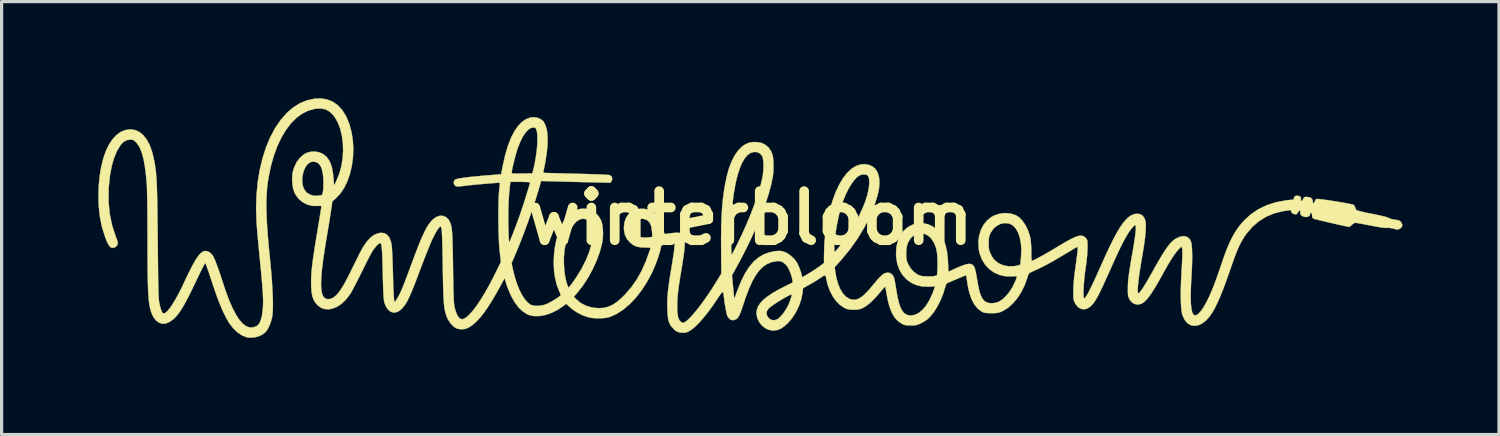
<source format=kicad_pcb>
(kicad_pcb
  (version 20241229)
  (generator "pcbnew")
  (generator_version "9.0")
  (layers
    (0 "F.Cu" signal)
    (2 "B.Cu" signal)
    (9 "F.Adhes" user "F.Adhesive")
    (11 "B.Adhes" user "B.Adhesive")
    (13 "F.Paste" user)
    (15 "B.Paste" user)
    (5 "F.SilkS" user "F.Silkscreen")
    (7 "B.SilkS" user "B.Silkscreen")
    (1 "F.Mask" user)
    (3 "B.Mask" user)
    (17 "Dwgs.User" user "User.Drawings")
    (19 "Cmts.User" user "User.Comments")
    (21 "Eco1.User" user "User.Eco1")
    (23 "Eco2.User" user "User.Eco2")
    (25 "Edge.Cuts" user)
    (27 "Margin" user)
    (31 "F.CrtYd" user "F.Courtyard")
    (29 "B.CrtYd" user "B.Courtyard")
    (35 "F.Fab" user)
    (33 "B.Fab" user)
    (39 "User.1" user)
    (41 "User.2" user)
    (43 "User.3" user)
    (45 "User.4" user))
  (footprint "winterbloom"
    (layer "F.Cu")
    (at 20.24 3.717)
    (property "Reference" "winterbloom" (at 0 0 0) (layer "F.SilkS") (effects (font (size 1.524 1.524) (thickness 0.3))))
    (attr through_hole)
    (fp_poly (pts (xy -13.139 -3.681) (xy -12.966 -3.612) (xy -12.811 -3.504) (xy -12.675 -3.36) (xy -12.559 -3.18) (xy -12.532 -3.126) (xy -12.441 -2.899) (xy -12.377 -2.655) (xy -12.338 -2.4) (xy -12.324 -2.139) (xy -12.335 -1.878) (xy -12.369 -1.622) (xy -12.427 -1.376) (xy -12.506 -1.146) (xy -12.607 -0.938) (xy -12.728 -0.757) (xy -12.865 -0.613) (xy -12.974 -0.518) (xy -13.016 -0.232) (xy -13.031 -0.135) (xy -13.051 -0.005) (xy -13.076 0.15) (xy -13.104 0.32) (xy -13.133 0.497) (xy -13.163 0.674) (xy -13.165 0.684) (xy -13.219 1.021) (xy -13.263 1.319) (xy -13.295 1.579) (xy -13.315 1.804) (xy -13.325 1.994) (xy -13.322 2.153) (xy -13.308 2.28) (xy -13.283 2.378) (xy -13.246 2.45) (xy -13.197 2.495) (xy -13.136 2.516) (xy -13.104 2.518) (xy -13.025 2.508) (xy -12.948 2.474) (xy -12.87 2.414) (xy -12.789 2.327) (xy -12.704 2.209) (xy -12.612 2.058) (xy -12.511 1.871) (xy -12.421 1.693) (xy -12.354 1.556) (xy -12.288 1.421) (xy -12.226 1.296) (xy -12.173 1.19) (xy -12.134 1.11) (xy -12.125 1.092) (xy -12.012 0.887) (xy -11.897 0.723) (xy -11.781 0.6) (xy -11.661 0.515) (xy -11.537 0.469) (xy -11.459 0.459) (xy -11.355 0.472) (xy -11.27 0.523) (xy -11.204 0.61) (xy -11.156 0.735) (xy -11.135 0.836) (xy -11.129 0.892) (xy -11.122 0.984) (xy -11.116 1.107) (xy -11.109 1.254) (xy -11.103 1.419) (xy -11.097 1.596) (xy -11.093 1.746) (xy -11.089 1.924) (xy -11.083 2.09) (xy -11.077 2.238) (xy -11.071 2.365) (xy -11.065 2.465) (xy -11.06 2.532) (xy -11.055 2.56) (xy -11.034 2.613) (xy -10.981 2.529) (xy -10.944 2.469) (xy -10.91 2.408) (xy -10.876 2.342) (xy -10.841 2.266) (xy -10.802 2.175) (xy -10.757 2.065) (xy -10.705 1.93) (xy -10.643 1.767) (xy -10.57 1.57) (xy -10.542 1.492) (xy -10.441 1.222) (xy -10.352 0.988) (xy -10.273 0.788) (xy -10.202 0.619) (xy -10.137 0.476) (xy -10.078 0.357) (xy -10.023 0.259) (xy -9.969 0.177) (xy -9.916 0.11) (xy -9.862 0.052) (xy -9.843 0.035) (xy -9.741 -0.036) (xy -9.636 -0.07) (xy -9.535 -0.066) (xy -9.444 -0.027) (xy -9.369 0.047) (xy -9.343 0.089) (xy -9.323 0.131) (xy -9.305 0.174) (xy -9.291 0.222) (xy -9.278 0.279) (xy -9.268 0.349) (xy -9.259 0.434) (xy -9.252 0.54) (xy -9.247 0.668) (xy -9.242 0.824) (xy -9.237 1.011) (xy -9.233 1.233) (xy -9.229 1.493) (xy -9.229 1.524) (xy -9.225 1.785) (xy -9.221 2.006) (xy -9.217 2.193) (xy -9.213 2.347) (xy -9.208 2.473) (xy -9.203 2.573) (xy -9.197 2.652) (xy -9.191 2.713) (xy -9.184 2.759) (xy -9.18 2.775) (xy -9.137 2.922) (xy -9.087 3.034) (xy -9.03 3.107) (xy -8.967 3.14) (xy -8.904 3.134) (xy -8.82 3.085) (xy -8.723 2.999) (xy -8.615 2.878) (xy -8.498 2.724) (xy -8.374 2.541) (xy -8.245 2.33) (xy -8.111 2.094) (xy -7.975 1.836) (xy -7.932 1.748) (xy -7.742 1.365) (xy -7.782 1.016) (xy -7.794 0.881) (xy -7.804 0.714) (xy -7.812 0.523) (xy -7.817 0.317) (xy -7.82 0.102) (xy -7.821 -0.021) (xy -7.514 -0.021) (xy -7.513 0.137) (xy -7.511 0.287) (xy -7.507 0.426) (xy -7.503 0.548) (xy -7.497 0.646) (xy -7.491 0.717) (xy -7.485 0.753) (xy -7.481 0.757) (xy -7.472 0.736) (xy -7.45 0.684) (xy -7.419 0.609) (xy -7.387 0.529) (xy -7.276 0.241) (xy -7.166 -0.059) (xy -7.065 -0.354) (xy -6.978 -0.628) (xy -6.976 -0.635) (xy -6.941 -0.751) (xy -6.908 -0.857) (xy -6.881 -0.945) (xy -6.863 -1.005) (xy -6.857 -1.024) (xy -6.842 -1.074) (xy -6.837 -1.104) (xy -6.857 -1.11) (xy -6.912 -1.116) (xy -6.994 -1.12) (xy -7.096 -1.122) (xy -7.142 -1.122) (xy -7.448 -1.122) (xy -7.46 -1.032) (xy -7.486 -0.783) (xy -7.504 -0.514) (xy -7.513 -0.217) (xy -7.514 -0.021) (xy -7.821 -0.021) (xy -7.821 -0.113) (xy -7.82 -0.321) (xy -7.816 -0.513) (xy -7.809 -0.683) (xy -7.8 -0.822) (xy -7.794 -0.878) (xy -7.785 -0.967) (xy -7.778 -1.038) (xy -7.775 -1.083) (xy -7.775 -1.094) (xy -7.798 -1.095) (xy -7.856 -1.092) (xy -7.944 -1.086) (xy -8.053 -1.078) (xy -8.178 -1.068) (xy -8.312 -1.056) (xy -8.447 -1.044) (xy -8.579 -1.032) (xy -8.699 -1.019) (xy -8.802 -1.008) (xy -8.843 -1.003) (xy -8.957 -0.989) (xy -9.037 -0.981) (xy -9.09 -0.979) (xy -9.124 -0.982) (xy -9.146 -0.991) (xy -9.166 -1.006) (xy -9.166 -1.006) (xy -9.201 -1.061) (xy -9.205 -1.123) (xy -9.179 -1.178) (xy -9.16 -1.194) (xy -9.113 -1.211) (xy -9.027 -1.23) (xy -8.903 -1.249) (xy -8.745 -1.269) (xy -8.555 -1.289) (xy -8.336 -1.309) (xy -8.161 -1.324) (xy -8.032 -1.334) (xy -7.919 -1.343) (xy -7.828 -1.351) (xy -7.765 -1.357) (xy -7.737 -1.36) (xy -7.736 -1.361) (xy -7.731 -1.382) (xy -7.726 -1.41) (xy -7.408 -1.41) (xy -7.404 -1.396) (xy -7.389 -1.387) (xy -7.355 -1.381) (xy -7.298 -1.379) (xy -7.21 -1.379) (xy -7.087 -1.381) (xy -6.765 -1.386) (xy -6.738 -1.492) (xy -6.697 -1.672) (xy -6.663 -1.86) (xy -6.636 -2.049) (xy -6.618 -2.231) (xy -6.609 -2.399) (xy -6.61 -2.545) (xy -6.621 -2.661) (xy -6.629 -2.699) (xy -6.648 -2.762) (xy -6.669 -2.795) (xy -6.7 -2.808) (xy -6.72 -2.81) (xy -6.805 -2.797) (xy -6.891 -2.744) (xy -6.977 -2.653) (xy -7.061 -2.527) (xy -7.142 -2.367) (xy -7.218 -2.176) (xy -7.234 -2.127) (xy -7.261 -2.041) (xy -7.291 -1.935) (xy -7.321 -1.819) (xy -7.35 -1.702) (xy -7.376 -1.592) (xy -7.395 -1.5) (xy -7.406 -1.433) (xy -7.408 -1.41) (xy -7.726 -1.41) (xy -7.72 -1.437) (xy -7.704 -1.519) (xy -7.684 -1.619) (xy -7.677 -1.655) (xy -7.608 -1.961) (xy -7.527 -2.234) (xy -7.435 -2.474) (xy -7.332 -2.678) (xy -7.219 -2.846) (xy -7.096 -2.976) (xy -6.966 -3.067) (xy -6.827 -3.119) (xy -6.72 -3.131) (xy -6.617 -3.116) (xy -6.517 -3.074) (xy -6.437 -3.014) (xy -6.416 -2.988) (xy -6.354 -2.867) (xy -6.312 -2.71) (xy -6.293 -2.519) (xy -6.295 -2.294) (xy -6.318 -2.036) (xy -6.363 -1.746) (xy -6.39 -1.607) (xy -6.407 -1.522) (xy -6.42 -1.453) (xy -6.426 -1.412) (xy -6.427 -1.403) (xy -6.405 -1.402) (xy -6.346 -1.399) (xy -6.252 -1.396) (xy -6.129 -1.393) (xy -5.979 -1.389) (xy -5.808 -1.384) (xy -5.62 -1.379) (xy -5.419 -1.374) (xy -5.215 -1.369) (xy -5.023 -1.364) (xy -4.848 -1.358) (xy -4.693 -1.352) (xy -4.563 -1.346) (xy -4.462 -1.341) (xy -4.395 -1.336) (xy -4.366 -1.332) (xy -4.309 -1.291) (xy -4.286 -1.232) (xy -4.299 -1.166) (xy -4.307 -1.151) (xy -4.344 -1.095) (xy -4.918 -1.108) (xy -5.108 -1.113) (xy -5.317 -1.118) (xy -5.532 -1.124) (xy -5.739 -1.129) (xy -5.924 -1.134) (xy -5.994 -1.136) (xy -6.495 -1.149) (xy -6.539 -0.993) (xy -6.648 -0.63) (xy -6.774 -0.246) (xy -6.91 0.146) (xy -7.053 0.531) (xy -7.197 0.895) (xy -7.264 1.055) (xy -7.411 1.401) (xy -7.366 1.614) (xy -7.308 1.845) (xy -7.239 2.057) (xy -7.16 2.248) (xy -7.074 2.412) (xy -6.982 2.545) (xy -6.888 2.643) (xy -6.806 2.697) (xy -6.712 2.723) (xy -6.593 2.728) (xy -6.464 2.712) (xy -6.366 2.686) (xy -6.304 2.66) (xy -6.226 2.621) (xy -6.14 2.573) (xy -6.056 2.523) (xy -5.98 2.474) (xy -5.922 2.432) (xy -5.889 2.402) (xy -5.884 2.393) (xy -5.893 2.366) (xy -5.914 2.313) (xy -5.937 2.261) (xy -6.011 2.064) (xy -6.063 1.848) (xy -6.093 1.62) (xy -6.101 1.432) (xy -5.787 1.432) (xy -5.773 1.641) (xy -5.745 1.837) (xy -5.703 2.008) (xy -5.677 2.083) (xy -5.645 2.165) (xy -5.584 2.093) (xy -5.546 2.044) (xy -5.493 1.971) (xy -5.434 1.887) (xy -5.404 1.843) (xy -5.241 1.577) (xy -5.106 1.313) (xy -5.002 1.056) (xy -4.93 0.809) (xy -4.891 0.577) (xy -4.885 0.45) (xy -4.897 0.296) (xy -4.933 0.177) (xy -4.993 0.092) (xy -5.078 0.04) (xy -5.189 0.021) (xy -5.197 0.021) (xy -5.295 0.042) (xy -5.39 0.102) (xy -5.48 0.199) (xy -5.563 0.331) (xy -5.638 0.494) (xy -5.703 0.686) (xy -5.74 0.832) (xy -5.771 1.017) (xy -5.787 1.221) (xy -5.787 1.432) (xy -6.101 1.432) (xy -6.104 1.383) (xy -6.094 1.144) (xy -6.067 0.907) (xy -6.021 0.678) (xy -5.959 0.462) (xy -5.881 0.265) (xy -5.788 0.091) (xy -5.681 -0.055) (xy -5.56 -0.166) (xy -5.53 -0.187) (xy -5.383 -0.258) (xy -5.233 -0.291) (xy -5.086 -0.286) (xy -4.946 -0.245) (xy -4.82 -0.17) (xy -4.714 -0.062) (xy -4.639 0.063) (xy -4.602 0.177) (xy -4.58 0.32) (xy -4.572 0.479) (xy -4.581 0.643) (xy -4.602 0.779) (xy -4.67 1.042) (xy -4.77 1.317) (xy -4.896 1.594) (xy -5.043 1.861) (xy -5.206 2.11) (xy -5.377 2.327) (xy -5.48 2.445) (xy -5.412 2.515) (xy -5.264 2.638) (xy -5.092 2.727) (xy -4.899 2.781) (xy -4.699 2.799) (xy -4.55 2.789) (xy -4.41 2.755) (xy -4.274 2.693) (xy -4.136 2.601) (xy -3.991 2.475) (xy -3.884 2.368) (xy -3.692 2.146) (xy -3.522 1.902) (xy -3.371 1.631) (xy -3.237 1.328) (xy -3.117 0.99) (xy -3.1 0.938) (xy -3.11 0.925) (xy -3.153 0.917) (xy -3.232 0.915) (xy -3.266 0.915) (xy -3.411 0.909) (xy -3.527 0.886) (xy -3.626 0.843) (xy -3.717 0.776) (xy -3.725 0.769) (xy -3.826 0.656) (xy -3.89 0.529) (xy -3.921 0.382) (xy -3.925 0.297) (xy -3.62 0.297) (xy -3.6 0.404) (xy -3.591 0.429) (xy -3.54 0.514) (xy -3.471 0.571) (xy -3.377 0.601) (xy -3.255 0.608) (xy -3.157 0.6) (xy -3.043 0.586) (xy -3.052 0.423) (xy -3.071 0.28) (xy -3.11 0.171) (xy -3.169 0.094) (xy -3.218 0.06) (xy -3.32 0.025) (xy -3.415 0.027) (xy -3.498 0.06) (xy -3.563 0.12) (xy -3.606 0.201) (xy -3.62 0.297) (xy -3.925 0.297) (xy -3.925 0.296) (xy -3.907 0.131) (xy -3.855 -0.013) (xy -3.771 -0.133) (xy -3.658 -0.225) (xy -3.633 -0.239) (xy -3.539 -0.271) (xy -3.421 -0.286) (xy -3.296 -0.284) (xy -3.18 -0.265) (xy -3.111 -0.241) (xy -2.99 -0.163) (xy -2.887 -0.053) (xy -2.807 0.083) (xy -2.753 0.236) (xy -2.731 0.399) (xy -2.731 0.421) (xy -2.731 0.514) (xy -2.651 0.5) (xy -2.487 0.474) (xy -2.35 0.46) (xy -2.245 0.457) (xy -2.176 0.466) (xy -2.163 0.471) (xy -2.115 0.501) (xy -2.079 0.545) (xy -2.054 0.606) (xy -2.039 0.687) (xy -2.036 0.792) (xy -2.043 0.924) (xy -2.061 1.088) (xy -2.089 1.286) (xy -2.117 1.463) (xy -2.155 1.693) (xy -2.187 1.887) (xy -2.212 2.051) (xy -2.231 2.188) (xy -2.246 2.305) (xy -2.256 2.406) (xy -2.263 2.498) (xy -2.268 2.585) (xy -2.269 2.673) (xy -2.27 2.72) (xy -2.267 2.881) (xy -2.256 3.005) (xy -2.236 3.099) (xy -2.206 3.167) (xy -2.164 3.216) (xy -2.154 3.224) (xy -2.11 3.252) (xy -2.075 3.253) (xy -2.043 3.239) (xy -1.969 3.186) (xy -1.877 3.1) (xy -1.77 2.983) (xy -1.651 2.84) (xy -1.523 2.673) (xy -1.389 2.487) (xy -1.251 2.285) (xy -1.112 2.07) (xy -1.036 1.947) (xy -0.9 1.725) (xy -0.907 0.931) (xy -0.908 0.569) (xy -0.907 0.546) (xy -0.597 0.546) (xy -0.597 0.684) (xy -0.596 0.814) (xy -0.594 0.932) (xy -0.591 1.029) (xy -0.588 1.1) (xy -0.584 1.138) (xy -0.582 1.143) (xy -0.569 1.125) (xy -0.542 1.076) (xy -0.503 1.003) (xy -0.457 0.913) (xy -0.444 0.888) (xy -0.274 0.537) (xy -0.118 0.191) (xy 0.021 -0.145) (xy 0.143 -0.465) (xy 0.245 -0.766) (xy 0.325 -1.042) (xy 0.371 -1.238) (xy 0.393 -1.371) (xy 0.405 -1.51) (xy 0.409 -1.645) (xy 0.403 -1.766) (xy 0.388 -1.862) (xy 0.372 -1.911) (xy 0.312 -1.992) (xy 0.23 -2.04) (xy 0.132 -2.052) (xy 0.025 -2.028) (xy 0.015 -2.024) (xy -0.081 -1.961) (xy -0.171 -1.858) (xy -0.254 -1.718) (xy -0.329 -1.543) (xy -0.396 -1.335) (xy -0.455 -1.096) (xy -0.504 -0.829) (xy -0.544 -0.537) (xy -0.573 -0.22) (xy -0.59 0.117) (xy -0.595 0.275) (xy -0.597 0.408) (xy -0.597 0.546) (xy -0.907 0.546) (xy -0.903 0.244) (xy -0.893 -0.051) (xy -0.877 -0.32) (xy -0.854 -0.57) (xy -0.824 -0.805) (xy -0.786 -1.032) (xy -0.74 -1.256) (xy -0.732 -1.294) (xy -0.666 -1.535) (xy -0.584 -1.751) (xy -0.488 -1.939) (xy -0.38 -2.095) (xy -0.263 -2.213) (xy -0.256 -2.219) (xy -0.151 -2.291) (xy -0.05 -2.335) (xy 0.065 -2.355) (xy 0.159 -2.359) (xy 0.314 -2.34) (xy 0.448 -2.285) (xy 0.559 -2.196) (xy 0.643 -2.075) (xy 0.687 -1.964) (xy 0.705 -1.876) (xy 0.715 -1.759) (xy 0.719 -1.625) (xy 0.716 -1.486) (xy 0.706 -1.354) (xy 0.697 -1.291) (xy 0.647 -1.039) (xy 0.571 -0.757) (xy 0.472 -0.451) (xy 0.351 -0.123) (xy 0.21 0.222) (xy 0.05 0.581) (xy -0.127 0.949) (xy -0.32 1.322) (xy -0.388 1.447) (xy -0.571 1.782) (xy -0.5 2.515) (xy -0.401 2.245) (xy -0.288 1.964) (xy -0.167 1.722) (xy -0.038 1.52) (xy 0.102 1.354) (xy 0.254 1.224) (xy 0.42 1.127) (xy 0.601 1.062) (xy 0.751 1.032) (xy 0.845 1.022) (xy 0.914 1.02) (xy 0.975 1.028) (xy 1.045 1.048) (xy 1.046 1.048) (xy 1.159 1.101) (xy 1.273 1.183) (xy 1.375 1.284) (xy 1.446 1.382) (xy 1.487 1.465) (xy 1.531 1.571) (xy 1.569 1.682) (xy 1.596 1.778) (xy 1.597 1.783) (xy 1.609 1.84) (xy 1.794 1.732) (xy 1.897 1.669) (xy 2.007 1.597) (xy 2.107 1.529) (xy 2.133 1.51) (xy 2.286 1.397) (xy 2.287 1.127) (xy 2.293 0.939) (xy 2.603 0.939) (xy 2.605 0.996) (xy 2.61 1.031) (xy 2.624 1.041) (xy 2.65 1.024) (xy 2.692 0.978) (xy 2.753 0.902) (xy 2.805 0.837) (xy 2.969 0.611) (xy 3.129 0.367) (xy 3.277 0.114) (xy 3.408 -0.139) (xy 3.516 -0.38) (xy 3.575 -0.533) (xy 3.629 -0.709) (xy 3.667 -0.874) (xy 3.688 -1.023) (xy 3.692 -1.149) (xy 3.679 -1.249) (xy 3.646 -1.316) (xy 3.645 -1.318) (xy 3.597 -1.345) (xy 3.526 -1.354) (xy 3.447 -1.345) (xy 3.388 -1.324) (xy 3.304 -1.262) (xy 3.215 -1.165) (xy 3.125 -1.038) (xy 3.036 -0.887) (xy 2.953 -0.716) (xy 2.878 -0.533) (xy 2.837 -0.414) (xy 2.781 -0.219) (xy 2.73 -0.004) (xy 2.685 0.221) (xy 2.648 0.444) (xy 2.621 0.655) (xy 2.606 0.844) (xy 2.603 0.939) (xy 2.293 0.939) (xy 2.298 0.774) (xy 2.333 0.429) (xy 2.392 0.08) (xy 2.467 -0.248) (xy 2.551 -0.539) (xy 2.648 -0.801) (xy 2.755 -1.031) (xy 2.872 -1.229) (xy 2.998 -1.393) (xy 3.131 -1.52) (xy 3.27 -1.61) (xy 3.414 -1.661) (xy 3.522 -1.672) (xy 3.668 -1.654) (xy 3.789 -1.603) (xy 3.884 -1.521) (xy 3.952 -1.409) (xy 3.993 -1.269) (xy 4.007 -1.103) (xy 3.992 -0.911) (xy 3.95 -0.709) (xy 3.847 -0.379) (xy 3.707 -0.04) (xy 3.533 0.3) (xy 3.329 0.637) (xy 3.097 0.965) (xy 2.84 1.278) (xy 2.786 1.339) (xy 2.619 1.524) (xy 2.633 1.646) (xy 2.668 1.853) (xy 2.721 2.04) (xy 2.789 2.204) (xy 2.872 2.339) (xy 2.966 2.441) (xy 3.058 2.501) (xy 3.152 2.532) (xy 3.242 2.538) (xy 3.333 2.516) (xy 3.429 2.464) (xy 3.533 2.381) (xy 3.649 2.264) (xy 3.78 2.112) (xy 3.785 2.106) (xy 3.9 1.968) (xy 3.994 1.862) (xy 4.07 1.787) (xy 4.129 1.738) (xy 4.153 1.723) (xy 4.245 1.695) (xy 4.331 1.706) (xy 4.403 1.752) (xy 4.453 1.832) (xy 4.461 1.856) (xy 4.473 1.907) (xy 4.489 1.99) (xy 4.507 2.093) (xy 4.525 2.205) (xy 4.528 2.223) (xy 4.566 2.443) (xy 4.608 2.624) (xy 4.657 2.767) (xy 4.712 2.877) (xy 4.777 2.954) (xy 4.852 3.003) (xy 4.938 3.025) (xy 4.978 3.027) (xy 5.104 3.006) (xy 5.228 2.945) (xy 5.347 2.847) (xy 5.458 2.713) (xy 5.56 2.545) (xy 5.651 2.347) (xy 5.673 2.29) (xy 5.735 2.119) (xy 5.561 2.131) (xy 5.354 2.127) (xy 5.163 2.085) (xy 4.992 2.009) (xy 4.844 1.9) (xy 4.72 1.763) (xy 4.624 1.599) (xy 4.558 1.41) (xy 4.525 1.201) (xy 4.522 1.111) (xy 4.837 1.111) (xy 4.84 1.213) (xy 4.848 1.288) (xy 4.865 1.354) (xy 4.895 1.426) (xy 4.899 1.435) (xy 4.972 1.558) (xy 5.068 1.665) (xy 5.178 1.747) (xy 5.268 1.789) (xy 5.333 1.802) (xy 5.42 1.81) (xy 5.517 1.813) (xy 5.613 1.811) (xy 5.698 1.804) (xy 5.76 1.792) (xy 5.785 1.78) (xy 5.796 1.75) (xy 5.804 1.683) (xy 5.808 1.579) (xy 5.81 1.435) (xy 5.81 1.422) (xy 5.807 1.255) (xy 5.799 1.121) (xy 5.782 1.009) (xy 5.756 0.909) (xy 5.719 0.813) (xy 5.69 0.752) (xy 5.609 0.629) (xy 5.511 0.542) (xy 5.403 0.489) (xy 5.29 0.472) (xy 5.178 0.488) (xy 5.072 0.539) (xy 4.979 0.623) (xy 4.904 0.741) (xy 4.876 0.808) (xy 4.85 0.913) (xy 4.838 1.043) (xy 4.837 1.111) (xy 4.522 1.111) (xy 4.521 1.101) (xy 4.536 0.887) (xy 4.581 0.7) (xy 4.657 0.536) (xy 4.767 0.39) (xy 4.775 0.381) (xy 4.902 0.274) (xy 5.046 0.202) (xy 5.201 0.165) (xy 5.359 0.162) (xy 5.514 0.194) (xy 5.659 0.261) (xy 5.788 0.362) (xy 5.813 0.389) (xy 5.918 0.526) (xy 6.001 0.681) (xy 6.063 0.858) (xy 6.106 1.064) (xy 6.131 1.302) (xy 6.134 1.367) (xy 6.149 1.666) (xy 6.401 1.552) (xy 6.552 1.487) (xy 6.672 1.445) (xy 6.766 1.424) (xy 6.838 1.426) (xy 6.893 1.45) (xy 6.936 1.495) (xy 6.956 1.529) (xy 6.971 1.573) (xy 6.99 1.65) (xy 7.011 1.75) (xy 7.031 1.864) (xy 7.04 1.917) (xy 7.075 2.12) (xy 7.113 2.284) (xy 7.157 2.412) (xy 7.208 2.509) (xy 7.268 2.577) (xy 7.34 2.62) (xy 7.426 2.641) (xy 7.497 2.645) (xy 7.592 2.636) (xy 7.683 2.611) (xy 7.699 2.604) (xy 7.815 2.533) (xy 7.932 2.426) (xy 8.042 2.292) (xy 8.141 2.137) (xy 8.222 1.968) (xy 8.222 1.967) (xy 8.249 1.897) (xy 8.269 1.843) (xy 8.276 1.816) (xy 8.257 1.809) (xy 8.206 1.807) (xy 8.134 1.81) (xy 8.123 1.811) (xy 7.924 1.809) (xy 7.737 1.768) (xy 7.566 1.692) (xy 7.415 1.584) (xy 7.287 1.446) (xy 7.186 1.283) (xy 7.116 1.097) (xy 7.088 0.96) (xy 7.078 0.782) (xy 7.398 0.782) (xy 7.399 0.884) (xy 7.406 0.958) (xy 7.42 1.019) (xy 7.444 1.082) (xy 7.457 1.111) (xy 7.498 1.189) (xy 7.542 1.259) (xy 7.574 1.298) (xy 7.699 1.399) (xy 7.846 1.467) (xy 8.012 1.499) (xy 8.19 1.494) (xy 8.275 1.48) (xy 8.336 1.463) (xy 8.375 1.443) (xy 8.383 1.432) (xy 8.385 1.402) (xy 8.39 1.339) (xy 8.397 1.256) (xy 8.402 1.205) (xy 8.411 0.986) (xy 8.398 0.785) (xy 8.364 0.606) (xy 8.311 0.452) (xy 8.24 0.327) (xy 8.152 0.234) (xy 8.048 0.177) (xy 8.026 0.17) (xy 7.896 0.156) (xy 7.768 0.181) (xy 7.649 0.241) (xy 7.544 0.333) (xy 7.462 0.453) (xy 7.461 0.454) (xy 7.431 0.518) (xy 7.412 0.573) (xy 7.402 0.633) (xy 7.398 0.713) (xy 7.398 0.782) (xy 7.078 0.782) (xy 7.076 0.755) (xy 7.099 0.559) (xy 7.153 0.377) (xy 7.237 0.215) (xy 7.347 0.077) (xy 7.483 -0.031) (xy 7.569 -0.078) (xy 7.741 -0.136) (xy 7.918 -0.155) (xy 8.09 -0.137) (xy 8.249 -0.083) (xy 8.354 -0.011) (xy 8.454 0.095) (xy 8.543 0.229) (xy 8.618 0.383) (xy 8.674 0.55) (xy 8.688 0.61) (xy 8.704 0.714) (xy 8.715 0.847) (xy 8.72 0.998) (xy 8.721 1.049) (xy 8.721 1.153) (xy 8.724 1.24) (xy 8.727 1.303) (xy 8.731 1.332) (xy 8.732 1.333) (xy 8.762 1.323) (xy 8.823 1.295) (xy 8.908 1.251) (xy 9.011 1.196) (xy 9.125 1.133) (xy 9.245 1.064) (xy 9.364 0.994) (xy 9.458 0.938) (xy 9.653 0.821) (xy 9.816 0.726) (xy 9.952 0.652) (xy 10.064 0.599) (xy 10.155 0.565) (xy 10.229 0.549) (xy 10.289 0.549) (xy 10.34 0.565) (xy 10.384 0.595) (xy 10.405 0.615) (xy 10.431 0.644) (xy 10.448 0.67) (xy 10.459 0.704) (xy 10.464 0.753) (xy 10.465 0.827) (xy 10.465 0.933) (xy 10.465 0.938) (xy 10.456 1.138) (xy 10.432 1.371) (xy 10.403 1.577) (xy 10.383 1.719) (xy 10.367 1.866) (xy 10.354 2.012) (xy 10.344 2.149) (xy 10.34 2.272) (xy 10.339 2.374) (xy 10.344 2.447) (xy 10.354 2.486) (xy 10.356 2.489) (xy 10.375 2.488) (xy 10.405 2.456) (xy 10.447 2.393) (xy 10.5 2.297) (xy 10.566 2.166) (xy 10.646 2) (xy 10.739 1.798) (xy 10.847 1.558) (xy 10.9 1.439) (xy 11.036 1.138) (xy 11.159 0.874) (xy 11.273 0.647) (xy 11.377 0.453) (xy 11.474 0.291) (xy 11.566 0.159) (xy 11.652 0.054) (xy 11.736 -0.025) (xy 11.818 -0.081) (xy 11.9 -0.116) (xy 11.984 -0.132) (xy 12.001 -0.133) (xy 12.098 -0.121) (xy 12.173 -0.077) (xy 12.232 0.005) (xy 12.237 0.016) (xy 12.259 0.081) (xy 12.272 0.166) (xy 12.275 0.276) (xy 12.269 0.413) (xy 12.254 0.579) (xy 12.228 0.778) (xy 12.192 1.013) (xy 12.15 1.259) (xy 12.111 1.49) (xy 12.079 1.699) (xy 12.054 1.883) (xy 12.036 2.04) (xy 12.025 2.167) (xy 12.023 2.261) (xy 12.029 2.318) (xy 12.038 2.335) (xy 12.064 2.327) (xy 12.107 2.28) (xy 12.168 2.196) (xy 12.245 2.075) (xy 12.34 1.917) (xy 12.45 1.724) (xy 12.494 1.645) (xy 12.618 1.425) (xy 12.726 1.239) (xy 12.82 1.084) (xy 12.903 0.957) (xy 12.977 0.855) (xy 13.044 0.774) (xy 13.108 0.711) (xy 13.169 0.663) (xy 13.221 0.631) (xy 13.348 0.577) (xy 13.458 0.561) (xy 13.552 0.584) (xy 13.627 0.644) (xy 13.666 0.703) (xy 13.686 0.767) (xy 13.701 0.869) (xy 13.71 1.006) (xy 13.714 1.173) (xy 13.712 1.367) (xy 13.704 1.585) (xy 13.695 1.746) (xy 13.679 2.035) (xy 13.67 2.283) (xy 13.668 2.493) (xy 13.674 2.665) (xy 13.688 2.802) (xy 13.709 2.904) (xy 13.738 2.974) (xy 13.774 3.013) (xy 13.802 3.023) (xy 13.857 3.009) (xy 13.923 2.958) (xy 13.996 2.873) (xy 14.074 2.758) (xy 14.154 2.615) (xy 14.17 2.585) (xy 14.23 2.462) (xy 14.286 2.34) (xy 14.34 2.213) (xy 14.395 2.074) (xy 14.453 1.917) (xy 14.518 1.734) (xy 14.592 1.518) (xy 14.615 1.45) (xy 14.705 1.188) (xy 14.79 0.963) (xy 14.873 0.768) (xy 14.955 0.598) (xy 15.041 0.447) (xy 15.132 0.311) (xy 15.231 0.184) (xy 15.328 0.075) (xy 15.533 -0.114) (xy 15.765 -0.271) (xy 16.024 -0.396) (xy 16.306 -0.487) (xy 16.612 -0.545) (xy 16.648 -0.549) (xy 16.734 -0.559) (xy 16.803 -0.567) (xy 16.846 -0.571) (xy 16.854 -0.571) (xy 16.867 -0.589) (xy 16.87 -0.611) (xy 16.887 -0.663) (xy 16.935 -0.69) (xy 17.005 -0.69) (xy 17.067 -0.667) (xy 17.093 -0.627) (xy 17.088 -0.574) (xy 17.087 -0.537) (xy 17.105 -0.529) (xy 17.132 -0.546) (xy 17.157 -0.587) (xy 17.16 -0.593) (xy 17.182 -0.635) (xy 17.214 -0.653) (xy 17.265 -0.656) (xy 17.362 -0.644) (xy 17.424 -0.609) (xy 17.451 -0.552) (xy 17.452 -0.534) (xy 17.46 -0.479) (xy 17.479 -0.457) (xy 17.501 -0.471) (xy 17.516 -0.51) (xy 17.543 -0.566) (xy 17.576 -0.592) (xy 17.607 -0.592) (xy 17.672 -0.586) (xy 17.766 -0.575) (xy 17.88 -0.559) (xy 18.008 -0.541) (xy 18.144 -0.52) (xy 18.28 -0.497) (xy 18.409 -0.475) (xy 18.525 -0.455) (xy 18.62 -0.436) (xy 18.689 -0.42) (xy 18.718 -0.412) (xy 18.75 -0.381) (xy 18.768 -0.337) (xy 18.789 -0.282) (xy 18.814 -0.246) (xy 18.845 -0.233) (xy 18.911 -0.214) (xy 19.006 -0.191) (xy 19.124 -0.164) (xy 19.258 -0.137) (xy 19.304 -0.128) (xy 19.483 -0.092) (xy 19.625 -0.06) (xy 19.73 -0.033) (xy 19.796 -0.011) (xy 19.814 -0.001) (xy 19.869 0.024) (xy 19.951 0.045) (xy 20.01 0.053) (xy 20.092 0.065) (xy 20.145 0.081) (xy 20.181 0.107) (xy 20.193 0.122) (xy 20.232 0.194) (xy 20.23 0.259) (xy 20.189 0.312) (xy 20.164 0.328) (xy 20.122 0.348) (xy 20.087 0.356) (xy 20.043 0.351) (xy 19.976 0.334) (xy 19.96 0.33) (xy 19.867 0.31) (xy 19.787 0.303) (xy 19.758 0.306) (xy 19.709 0.306) (xy 19.621 0.297) (xy 19.499 0.278) (xy 19.345 0.251) (xy 19.257 0.233) (xy 19.125 0.208) (xy 19.004 0.185) (xy 18.903 0.167) (xy 18.827 0.154) (xy 18.784 0.148) (xy 18.78 0.148) (xy 18.736 0.162) (xy 18.684 0.198) (xy 18.669 0.212) (xy 18.626 0.251) (xy 18.594 0.273) (xy 18.588 0.275) (xy 18.557 0.27) (xy 18.493 0.258) (xy 18.401 0.238) (xy 18.289 0.213) (xy 18.163 0.185) (xy 18.031 0.154) (xy 17.899 0.124) (xy 17.774 0.094) (xy 17.663 0.067) (xy 17.572 0.045) (xy 17.509 0.029) (xy 17.481 0.02) (xy 17.481 0.02) (xy 17.447 -0.013) (xy 17.439 -0.038) (xy 17.435 -0.091) (xy 17.434 -0.115) (xy 17.421 -0.151) (xy 17.399 -0.164) (xy 17.381 -0.15) (xy 17.378 -0.132) (xy 17.36 -0.075) (xy 17.31 -0.04) (xy 17.236 -0.031) (xy 17.212 -0.034) (xy 17.129 -0.06) (xy 17.079 -0.103) (xy 17.066 -0.162) (xy 17.069 -0.179) (xy 17.071 -0.221) (xy 17.054 -0.232) (xy 17.024 -0.213) (xy 16.992 -0.169) (xy 16.962 -0.126) (xy 16.929 -0.114) (xy 16.897 -0.119) (xy 16.825 -0.146) (xy 16.79 -0.186) (xy 16.785 -0.214) (xy 16.785 -0.23) (xy 16.78 -0.241) (xy 16.764 -0.245) (xy 16.729 -0.243) (xy 16.669 -0.234) (xy 16.577 -0.219) (xy 16.521 -0.21) (xy 16.258 -0.145) (xy 16.013 -0.041) (xy 15.787 0.098) (xy 15.584 0.272) (xy 15.405 0.479) (xy 15.338 0.575) (xy 15.284 0.661) (xy 15.234 0.747) (xy 15.188 0.837) (xy 15.141 0.937) (xy 15.093 1.053) (xy 15.04 1.19) (xy 14.98 1.354) (xy 14.912 1.55) (xy 14.879 1.645) (xy 14.772 1.949) (xy 14.673 2.214) (xy 14.581 2.443) (xy 14.494 2.64) (xy 14.411 2.806) (xy 14.331 2.944) (xy 14.252 3.058) (xy 14.173 3.15) (xy 14.142 3.181) (xy 14.017 3.277) (xy 13.893 3.332) (xy 13.774 3.347) (xy 13.663 3.323) (xy 13.564 3.261) (xy 13.481 3.161) (xy 13.416 3.025) (xy 13.407 2.997) (xy 13.387 2.906) (xy 13.373 2.776) (xy 13.364 2.612) (xy 13.36 2.418) (xy 13.362 2.198) (xy 13.369 1.956) (xy 13.382 1.695) (xy 13.387 1.608) (xy 13.4 1.394) (xy 13.407 1.223) (xy 13.411 1.092) (xy 13.409 1.002) (xy 13.404 0.953) (xy 13.384 0.878) (xy 13.292 0.973) (xy 13.22 1.056) (xy 13.139 1.167) (xy 13.048 1.308) (xy 12.944 1.482) (xy 12.825 1.692) (xy 12.801 1.737) (xy 12.674 1.965) (xy 12.562 2.156) (xy 12.463 2.314) (xy 12.374 2.44) (xy 12.294 2.538) (xy 12.22 2.608) (xy 12.15 2.655) (xy 12.082 2.679) (xy 12.015 2.685) (xy 11.973 2.68) (xy 11.883 2.648) (xy 11.812 2.587) (xy 11.763 2.512) (xy 11.742 2.467) (xy 11.728 2.419) (xy 11.72 2.36) (xy 11.718 2.277) (xy 11.718 2.191) (xy 11.719 2.096) (xy 11.723 2.004) (xy 11.731 1.908) (xy 11.742 1.804) (xy 11.759 1.683) (xy 11.781 1.541) (xy 11.809 1.372) (xy 11.844 1.169) (xy 11.856 1.101) (xy 11.897 0.865) (xy 11.928 0.664) (xy 11.95 0.5) (xy 11.963 0.373) (xy 11.966 0.285) (xy 11.96 0.237) (xy 11.958 0.234) (xy 11.942 0.222) (xy 11.914 0.238) (xy 11.876 0.277) (xy 11.818 0.344) (xy 11.76 0.422) (xy 11.7 0.515) (xy 11.636 0.625) (xy 11.565 0.757) (xy 11.487 0.914) (xy 11.398 1.1) (xy 11.298 1.319) (xy 11.201 1.535) (xy 11.098 1.765) (xy 11.01 1.959) (xy 10.935 2.122) (xy 10.87 2.258) (xy 10.815 2.369) (xy 10.767 2.46) (xy 10.724 2.535) (xy 10.685 2.596) (xy 10.654 2.64) (xy 10.559 2.744) (xy 10.46 2.809) (xy 10.361 2.834) (xy 10.265 2.821) (xy 10.177 2.768) (xy 10.1 2.677) (xy 10.075 2.634) (xy 10.054 2.589) (xy 10.039 2.547) (xy 10.03 2.499) (xy 10.026 2.435) (xy 10.025 2.346) (xy 10.025 2.244) (xy 10.032 2.06) (xy 10.05 1.85) (xy 10.08 1.608) (xy 10.094 1.507) (xy 10.114 1.368) (xy 10.131 1.238) (xy 10.145 1.126) (xy 10.155 1.037) (xy 10.16 0.981) (xy 10.16 0.972) (xy 10.16 0.887) (xy 10.059 0.945) (xy 10.01 0.974) (xy 9.932 1.021) (xy 9.832 1.08) (xy 9.719 1.147) (xy 9.599 1.219) (xy 9.589 1.225) (xy 9.368 1.354) (xy 9.164 1.465) (xy 8.96 1.567) (xy 8.739 1.668) (xy 8.717 1.678) (xy 8.67 1.704) (xy 8.639 1.739) (xy 8.616 1.796) (xy 8.606 1.829) (xy 8.522 2.067) (xy 8.416 2.286) (xy 8.29 2.483) (xy 8.149 2.651) (xy 7.996 2.788) (xy 7.834 2.887) (xy 7.832 2.887) (xy 7.763 2.918) (xy 7.705 2.937) (xy 7.644 2.948) (xy 7.565 2.952) (xy 7.482 2.953) (xy 7.377 2.951) (xy 7.302 2.945) (xy 7.247 2.933) (xy 7.198 2.913) (xy 7.185 2.907) (xy 7.062 2.817) (xy 6.957 2.689) (xy 6.868 2.523) (xy 6.797 2.318) (xy 6.744 2.075) (xy 6.717 1.892) (xy 6.708 1.829) (xy 6.697 1.788) (xy 6.69 1.778) (xy 6.667 1.786) (xy 6.612 1.808) (xy 6.534 1.84) (xy 6.439 1.88) (xy 6.413 1.891) (xy 6.313 1.934) (xy 6.224 1.971) (xy 6.156 2) (xy 6.117 2.016) (xy 6.113 2.017) (xy 6.085 2.045) (xy 6.06 2.099) (xy 6.054 2.121) (xy 5.986 2.346) (xy 5.9 2.561) (xy 5.798 2.758) (xy 5.687 2.932) (xy 5.568 3.075) (xy 5.493 3.145) (xy 5.423 3.194) (xy 5.337 3.245) (xy 5.28 3.275) (xy 5.206 3.306) (xy 5.14 3.324) (xy 5.063 3.332) (xy 4.974 3.334) (xy 4.881 3.332) (xy 4.814 3.325) (xy 4.76 3.309) (xy 4.701 3.281) (xy 4.678 3.268) (xy 4.565 3.185) (xy 4.468 3.072) (xy 4.386 2.926) (xy 4.317 2.745) (xy 4.261 2.527) (xy 4.234 2.383) (xy 4.217 2.285) (xy 4.202 2.204) (xy 4.191 2.148) (xy 4.185 2.125) (xy 4.185 2.125) (xy 4.17 2.138) (xy 4.135 2.177) (xy 4.084 2.237) (xy 4.032 2.3) (xy 3.877 2.478) (xy 3.731 2.622) (xy 3.597 2.729) (xy 3.5 2.786) (xy 3.426 2.819) (xy 3.36 2.837) (xy 3.284 2.845) (xy 3.207 2.847) (xy 3.109 2.844) (xy 3.035 2.833) (xy 2.968 2.811) (xy 2.917 2.788) (xy 2.785 2.701) (xy 2.663 2.579) (xy 2.555 2.427) (xy 2.465 2.25) (xy 2.395 2.056) (xy 2.36 1.905) (xy 2.346 1.833) (xy 2.332 1.792) (xy 2.31 1.78) (xy 2.271 1.796) (xy 2.208 1.837) (xy 2.174 1.86) (xy 2.084 1.918) (xy 1.976 1.985) (xy 1.867 2.049) (xy 1.828 2.071) (xy 1.635 2.18) (xy 1.621 2.312) (xy 1.579 2.526) (xy 1.503 2.742) (xy 1.399 2.95) (xy 1.272 3.138) (xy 1.165 3.26) (xy 1.049 3.364) (xy 0.943 3.435) (xy 0.839 3.476) (xy 0.727 3.492) (xy 0.7 3.493) (xy 0.574 3.472) (xy 0.457 3.417) (xy 0.354 3.332) (xy 0.271 3.224) (xy 0.214 3.101) (xy 0.192 2.974) (xy 0.501 2.974) (xy 0.531 3.057) (xy 0.573 3.11) (xy 0.652 3.163) (xy 0.739 3.175) (xy 0.829 3.147) (xy 0.863 3.126) (xy 0.942 3.053) (xy 1.026 2.953) (xy 1.105 2.837) (xy 1.159 2.741) (xy 1.195 2.664) (xy 1.228 2.58) (xy 1.257 2.499) (xy 1.276 2.431) (xy 1.284 2.387) (xy 1.282 2.375) (xy 1.257 2.378) (xy 1.203 2.401) (xy 1.129 2.439) (xy 1.039 2.49) (xy 0.941 2.548) (xy 0.842 2.61) (xy 0.747 2.672) (xy 0.665 2.729) (xy 0.6 2.778) (xy 0.567 2.809) (xy 0.513 2.89) (xy 0.501 2.974) (xy 0.192 2.974) (xy 0.191 2.969) (xy 0.191 2.952) (xy 0.203 2.845) (xy 0.241 2.742) (xy 0.308 2.64) (xy 0.405 2.538) (xy 0.535 2.433) (xy 0.699 2.324) (xy 0.9 2.209) (xy 1.14 2.086) (xy 1.171 2.071) (xy 1.316 2) (xy 1.302 1.905) (xy 1.277 1.8) (xy 1.235 1.68) (xy 1.184 1.567) (xy 1.14 1.492) (xy 1.088 1.434) (xy 1.023 1.383) (xy 1.009 1.374) (xy 0.95 1.347) (xy 0.892 1.336) (xy 0.815 1.34) (xy 0.805 1.341) (xy 0.656 1.37) (xy 0.519 1.427) (xy 0.392 1.513) (xy 0.274 1.631) (xy 0.163 1.782) (xy 0.058 1.969) (xy -0.043 2.194) (xy -0.143 2.457) (xy -0.18 2.568) (xy -0.234 2.73) (xy -0.277 2.856) (xy -0.314 2.952) (xy -0.345 3.023) (xy -0.374 3.074) (xy -0.402 3.109) (xy -0.433 3.135) (xy -0.459 3.15) (xy -0.539 3.173) (xy -0.613 3.155) (xy -0.678 3.097) (xy -0.714 3.037) (xy -0.729 2.994) (xy -0.746 2.918) (xy -0.766 2.82) (xy -0.785 2.71) (xy -0.802 2.596) (xy -0.816 2.49) (xy -0.817 2.477) (xy -0.828 2.38) (xy -0.84 2.32) (xy -0.857 2.297) (xy -0.882 2.31) (xy -0.922 2.358) (xy -0.979 2.443) (xy -0.996 2.469) (xy -1.166 2.719) (xy -1.333 2.946) (xy -1.494 3.143) (xy -1.617 3.278) (xy -1.739 3.396) (xy -1.846 3.48) (xy -1.943 3.534) (xy -2.037 3.56) (xy -2.133 3.561) (xy -2.191 3.552) (xy -2.264 3.53) (xy -2.326 3.493) (xy -2.394 3.43) (xy -2.454 3.362) (xy -2.499 3.293) (xy -2.531 3.215) (xy -2.553 3.12) (xy -2.567 3.001) (xy -2.576 2.849) (xy -2.577 2.812) (xy -2.579 2.688) (xy -2.578 2.567) (xy -2.572 2.442) (xy -2.56 2.308) (xy -2.543 2.158) (xy -2.52 1.986) (xy -2.489 1.786) (xy -2.451 1.552) (xy -2.443 1.503) (xy -2.419 1.361) (xy -2.398 1.222) (xy -2.379 1.097) (xy -2.365 0.993) (xy -2.357 0.921) (xy -2.357 0.917) (xy -2.351 0.838) (xy -2.351 0.793) (xy -2.359 0.774) (xy -2.376 0.771) (xy -2.384 0.772) (xy -2.425 0.78) (xy -2.492 0.792) (xy -2.561 0.804) (xy -2.655 0.821) (xy -2.715 0.835) (xy -2.75 0.852) (xy -2.768 0.876) (xy -2.778 0.911) (xy -2.781 0.931) (xy -2.802 1.025) (xy -2.838 1.147) (xy -2.885 1.286) (xy -2.94 1.432) (xy -2.999 1.575) (xy -3.057 1.704) (xy -3.207 1.983) (xy -3.372 2.239) (xy -3.551 2.469) (xy -3.74 2.669) (xy -3.937 2.837) (xy -4.137 2.969) (xy -4.339 3.062) (xy -4.361 3.07) (xy -4.487 3.099) (xy -4.637 3.114) (xy -4.796 3.113) (xy -4.949 3.097) (xy -5.027 3.08) (xy -5.201 3.021) (xy -5.372 2.935) (xy -5.526 2.833) (xy -5.588 2.78) (xy -5.715 2.662) (xy -5.828 2.747) (xy -6.004 2.863) (xy -6.188 2.952) (xy -6.372 3.012) (xy -6.551 3.043) (xy -6.719 3.043) (xy -6.871 3.01) (xy -6.932 2.984) (xy -7.071 2.894) (xy -7.203 2.765) (xy -7.323 2.6) (xy -7.415 2.436) (xy -7.467 2.325) (xy -7.516 2.208) (xy -7.557 2.099) (xy -7.578 2.034) (xy -7.628 1.864) (xy -7.721 2.038) (xy -7.87 2.309) (xy -8.006 2.543) (xy -8.133 2.745) (xy -8.252 2.917) (xy -8.365 3.063) (xy -8.476 3.186) (xy -8.488 3.198) (xy -8.621 3.319) (xy -8.746 3.401) (xy -8.865 3.446) (xy -8.985 3.455) (xy -9.108 3.43) (xy -9.111 3.429) (xy -9.182 3.39) (xy -9.258 3.321) (xy -9.33 3.234) (xy -9.39 3.139) (xy -9.418 3.078) (xy -9.441 3.014) (xy -9.461 2.951) (xy -9.477 2.885) (xy -9.491 2.813) (xy -9.503 2.731) (xy -9.513 2.634) (xy -9.521 2.518) (xy -9.527 2.38) (xy -9.533 2.216) (xy -9.538 2.021) (xy -9.542 1.792) (xy -9.547 1.525) (xy -9.547 1.513) (xy -9.551 1.251) (xy -9.555 1.028) (xy -9.559 0.841) (xy -9.563 0.687) (xy -9.568 0.563) (xy -9.573 0.465) (xy -9.578 0.391) (xy -9.584 0.337) (xy -9.591 0.3) (xy -9.599 0.277) (xy -9.609 0.265) (xy -9.61 0.264) (xy -9.637 0.271) (xy -9.677 0.314) (xy -9.728 0.389) (xy -9.788 0.493) (xy -9.854 0.623) (xy -9.865 0.646) (xy -9.903 0.729) (xy -9.952 0.846) (xy -10.01 0.987) (xy -10.073 1.147) (xy -10.14 1.317) (xy -10.206 1.491) (xy -10.235 1.566) (xy -10.322 1.798) (xy -10.396 1.993) (xy -10.461 2.157) (xy -10.517 2.294) (xy -10.566 2.408) (xy -10.61 2.502) (xy -10.651 2.582) (xy -10.691 2.65) (xy -10.722 2.699) (xy -10.817 2.817) (xy -10.915 2.895) (xy -11.014 2.932) (xy -11.108 2.93) (xy -11.196 2.889) (xy -11.273 2.81) (xy -11.335 2.692) (xy -11.36 2.619) (xy -11.369 2.576) (xy -11.377 2.513) (xy -11.384 2.427) (xy -11.391 2.315) (xy -11.397 2.171) (xy -11.402 1.994) (xy -11.408 1.779) (xy -11.409 1.714) (xy -11.415 1.483) (xy -11.42 1.291) (xy -11.426 1.135) (xy -11.433 1.012) (xy -11.442 0.918) (xy -11.452 0.851) (xy -11.463 0.807) (xy -11.477 0.783) (xy -11.494 0.776) (xy -11.51 0.781) (xy -11.56 0.82) (xy -11.624 0.888) (xy -11.697 0.979) (xy -11.712 1) (xy -11.736 1.038) (xy -11.776 1.11) (xy -11.828 1.208) (xy -11.89 1.328) (xy -11.959 1.465) (xy -12.031 1.611) (xy -12.054 1.656) (xy -12.129 1.808) (xy -12.203 1.954) (xy -12.272 2.088) (xy -12.333 2.204) (xy -12.383 2.295) (xy -12.419 2.356) (xy -12.424 2.365) (xy -12.554 2.533) (xy -12.693 2.666) (xy -12.841 2.762) (xy -12.993 2.818) (xy -13.065 2.83) (xy -13.198 2.828) (xy -13.314 2.791) (xy -13.422 2.716) (xy -13.424 2.714) (xy -13.498 2.634) (xy -13.554 2.542) (xy -13.594 2.431) (xy -13.619 2.295) (xy -13.631 2.129) (xy -13.633 2) (xy -13.632 1.895) (xy -13.628 1.79) (xy -13.621 1.68) (xy -13.61 1.561) (xy -13.595 1.428) (xy -13.575 1.276) (xy -13.549 1.1) (xy -13.518 0.897) (xy -13.48 0.66) (xy -13.441 0.428) (xy -13.412 0.253) (xy -13.386 0.09) (xy -13.362 -0.055) (xy -13.342 -0.178) (xy -13.327 -0.273) (xy -13.317 -0.336) (xy -13.314 -0.362) (xy -13.314 -0.363) (xy -13.333 -0.376) (xy -13.388 -0.377) (xy -13.404 -0.376) (xy -13.58 -0.376) (xy -13.745 -0.415) (xy -13.893 -0.489) (xy -14.02 -0.595) (xy -14.119 -0.73) (xy -14.152 -0.794) (xy -14.19 -0.913) (xy -14.214 -1.056) (xy -14.221 -1.174) (xy -13.912 -1.174) (xy -13.9 -1.042) (xy -13.886 -0.983) (xy -13.836 -0.869) (xy -13.767 -0.787) (xy -13.67 -0.728) (xy -13.578 -0.697) (xy -13.514 -0.689) (xy -13.431 -0.691) (xy -13.35 -0.7) (xy -13.303 -0.712) (xy -13.284 -0.74) (xy -13.268 -0.802) (xy -13.257 -0.891) (xy -13.251 -0.998) (xy -13.251 -1.115) (xy -13.255 -1.235) (xy -13.266 -1.35) (xy -13.273 -1.397) (xy -13.306 -1.537) (xy -13.355 -1.639) (xy -13.42 -1.707) (xy -13.474 -1.734) (xy -13.572 -1.752) (xy -13.657 -1.733) (xy -13.739 -1.674) (xy -13.748 -1.666) (xy -13.815 -1.573) (xy -13.866 -1.452) (xy -13.899 -1.315) (xy -13.912 -1.174) (xy -14.221 -1.174) (xy -14.223 -1.209) (xy -14.215 -1.355) (xy -14.205 -1.42) (xy -14.153 -1.59) (xy -14.075 -1.745) (xy -13.975 -1.875) (xy -13.858 -1.975) (xy -13.783 -2.018) (xy -13.651 -2.057) (xy -13.512 -2.063) (xy -13.377 -2.037) (xy -13.254 -1.982) (xy -13.154 -1.899) (xy -13.145 -1.888) (xy -13.076 -1.791) (xy -13.023 -1.681) (xy -12.984 -1.552) (xy -12.956 -1.396) (xy -12.936 -1.206) (xy -12.921 -1.005) (xy -12.843 -1.168) (xy -12.756 -1.382) (xy -12.694 -1.612) (xy -12.655 -1.851) (xy -12.64 -2.093) (xy -12.648 -2.333) (xy -12.679 -2.563) (xy -12.732 -2.778) (xy -12.807 -2.972) (xy -12.904 -3.138) (xy -12.957 -3.205) (xy -13.063 -3.305) (xy -13.178 -3.369) (xy -13.307 -3.399) (xy -13.457 -3.396) (xy -13.525 -3.387) (xy -13.724 -3.332) (xy -13.914 -3.237) (xy -14.093 -3.105) (xy -14.261 -2.936) (xy -14.415 -2.733) (xy -14.556 -2.497) (xy -14.682 -2.23) (xy -14.79 -1.935) (xy -14.882 -1.611) (xy -14.954 -1.263) (xy -14.955 -1.259) (xy -14.982 -1.082) (xy -15.002 -0.898) (xy -15.016 -0.705) (xy -15.022 -0.498) (xy -15.022 -0.274) (xy -15.014 -0.027) (xy -15 0.244) (xy -14.978 0.545) (xy -14.949 0.88) (xy -14.912 1.253) (xy -14.91 1.27) (xy -14.879 1.596) (xy -14.854 1.899) (xy -14.836 2.177) (xy -14.824 2.427) (xy -14.819 2.645) (xy -14.821 2.831) (xy -14.83 2.979) (xy -14.846 3.087) (xy -14.891 3.252) (xy -14.953 3.398) (xy -15.025 3.514) (xy -15.037 3.528) (xy -15.124 3.604) (xy -15.24 3.663) (xy -15.37 3.701) (xy -15.504 3.716) (xy -15.627 3.703) (xy -15.77 3.648) (xy -15.912 3.554) (xy -16.046 3.427) (xy -16.169 3.271) (xy -16.188 3.241) (xy -16.277 3.086) (xy -16.372 2.892) (xy -16.469 2.663) (xy -16.569 2.402) (xy -16.669 2.114) (xy -16.709 1.99) (xy -16.749 1.868) (xy -16.789 1.747) (xy -16.826 1.639) (xy -16.856 1.556) (xy -16.862 1.538) (xy -16.917 1.394) (xy -16.961 1.464) (xy -16.982 1.503) (xy -17.018 1.573) (xy -17.066 1.67) (xy -17.123 1.786) (xy -17.185 1.916) (xy -17.232 2.014) (xy -17.346 2.252) (xy -17.448 2.455) (xy -17.538 2.627) (xy -17.619 2.769) (xy -17.693 2.887) (xy -17.763 2.985) (xy -17.831 3.065) (xy -17.898 3.131) (xy -17.911 3.142) (xy -18.035 3.23) (xy -18.153 3.276) (xy -18.264 3.28) (xy -18.367 3.244) (xy -18.459 3.167) (xy -18.54 3.05) (xy -18.552 3.027) (xy -18.579 2.967) (xy -18.603 2.904) (xy -18.624 2.833) (xy -18.642 2.752) (xy -18.658 2.659) (xy -18.671 2.55) (xy -18.682 2.421) (xy -18.691 2.272) (xy -18.698 2.098) (xy -18.703 1.896) (xy -18.707 1.665) (xy -18.709 1.4) (xy -18.711 1.099) (xy -18.711 0.759) (xy -18.711 0.699) (xy -18.712 0.445) (xy -18.713 0.197) (xy -18.714 -0.042) (xy -18.716 -0.267) (xy -18.719 -0.473) (xy -18.722 -0.656) (xy -18.725 -0.812) (xy -18.728 -0.936) (xy -18.732 -1.024) (xy -18.733 -1.048) (xy -18.76 -1.342) (xy -18.793 -1.597) (xy -18.832 -1.815) (xy -18.879 -1.997) (xy -18.934 -2.146) (xy -18.998 -2.263) (xy -19.059 -2.341) (xy -19.114 -2.394) (xy -19.158 -2.423) (xy -19.205 -2.433) (xy -19.239 -2.434) (xy -19.354 -2.417) (xy -19.454 -2.364) (xy -19.543 -2.271) (xy -19.548 -2.264) (xy -19.659 -2.082) (xy -19.751 -1.862) (xy -19.824 -1.605) (xy -19.878 -1.313) (xy -19.912 -0.987) (xy -19.917 -0.91) (xy -19.921 -0.514) (xy -19.885 -0.132) (xy -19.809 0.235) (xy -19.694 0.587) (xy -19.654 0.685) (xy -19.633 0.772) (xy -19.651 0.845) (xy -19.704 0.898) (xy -19.73 0.911) (xy -19.787 0.927) (xy -19.836 0.92) (xy -19.881 0.886) (xy -19.926 0.823) (xy -19.973 0.727) (xy -20.026 0.593) (xy -20.03 0.582) (xy -20.127 0.272) (xy -20.193 -0.057) (xy -20.228 -0.407) (xy -20.235 -0.663) (xy -20.226 -0.991) (xy -20.197 -1.296) (xy -20.151 -1.578) (xy -20.089 -1.835) (xy -20.01 -2.064) (xy -19.916 -2.263) (xy -19.808 -2.432) (xy -19.687 -2.566) (xy -19.554 -2.666) (xy -19.41 -2.728) (xy -19.255 -2.751) (xy -19.241 -2.751) (xy -19.096 -2.73) (xy -18.962 -2.67) (xy -18.842 -2.571) (xy -18.736 -2.436) (xy -18.645 -2.267) (xy -18.572 -2.064) (xy -18.532 -1.911) (xy -18.513 -1.818) (xy -18.495 -1.729) (xy -18.479 -1.641) (xy -18.466 -1.551) (xy -18.454 -1.456) (xy -18.444 -1.353) (xy -18.435 -1.238) (xy -18.427 -1.109) (xy -18.421 -0.962) (xy -18.416 -0.793) (xy -18.411 -0.6) (xy -18.407 -0.38) (xy -18.403 -0.129) (xy -18.4 0.156) (xy -18.396 0.478) (xy -18.394 0.709) (xy -18.391 1.032) (xy -18.388 1.316) (xy -18.385 1.563) (xy -18.383 1.776) (xy -18.38 1.958) (xy -18.377 2.112) (xy -18.373 2.24) (xy -18.37 2.347) (xy -18.366 2.433) (xy -18.362 2.503) (xy -18.357 2.559) (xy -18.351 2.603) (xy -18.345 2.639) (xy -18.343 2.65) (xy -18.31 2.785) (xy -18.279 2.88) (xy -18.247 2.939) (xy -18.213 2.962) (xy -18.205 2.963) (xy -18.156 2.944) (xy -18.093 2.888) (xy -18.019 2.799) (xy -17.937 2.679) (xy -17.847 2.531) (xy -17.752 2.359) (xy -17.653 2.166) (xy -17.59 2.032) (xy -17.48 1.798) (xy -17.383 1.601) (xy -17.297 1.438) (xy -17.222 1.306) (xy -17.154 1.203) (xy -17.093 1.126) (xy -17.036 1.072) (xy -16.983 1.038) (xy -16.947 1.025) (xy -16.868 1.026) (xy -16.786 1.062) (xy -16.714 1.128) (xy -16.691 1.158) (xy -16.655 1.224) (xy -16.61 1.326) (xy -16.559 1.456) (xy -16.503 1.61) (xy -16.444 1.781) (xy -16.393 1.941) (xy -16.285 2.268) (xy -16.179 2.553) (xy -16.072 2.796) (xy -15.967 2.998) (xy -15.861 3.159) (xy -15.756 3.278) (xy -15.65 3.358) (xy -15.544 3.397) (xy -15.436 3.396) (xy -15.328 3.356) (xy -15.311 3.346) (xy -15.249 3.285) (xy -15.2 3.185) (xy -15.162 3.046) (xy -15.136 2.866) (xy -15.133 2.83) (xy -15.127 2.748) (xy -15.124 2.662) (xy -15.123 2.566) (xy -15.126 2.458) (xy -15.132 2.333) (xy -15.142 2.188) (xy -15.155 2.017) (xy -15.173 1.817) (xy -15.194 1.585) (xy -15.221 1.316) (xy -15.229 1.237) (xy -15.248 1.044) (xy -15.266 0.846) (xy -15.284 0.652) (xy -15.3 0.47) (xy -15.313 0.31) (xy -15.323 0.178) (xy -15.327 0.126) (xy -15.341 -0.299) (xy -15.328 -0.713) (xy -15.29 -1.113) (xy -15.228 -1.496) (xy -15.141 -1.859) (xy -15.031 -2.199) (xy -14.899 -2.514) (xy -14.745 -2.799) (xy -14.571 -3.052) (xy -14.385 -3.263) (xy -14.189 -3.433) (xy -13.983 -3.562) (xy -13.765 -3.651) (xy -13.531 -3.703) (xy -13.529 -3.704) (xy -13.327 -3.712) (xy -13.139 -3.681)) (stroke (width 0.01) (type solid)) (fill yes) (layer "F.SilkS")))
  (gr_rect
    (start -3 -3)
    (end 43.477 10.438)
    (stroke (width 0.1) (type default))
    (fill no)
    (layer "Edge.Cuts")))
</source>
